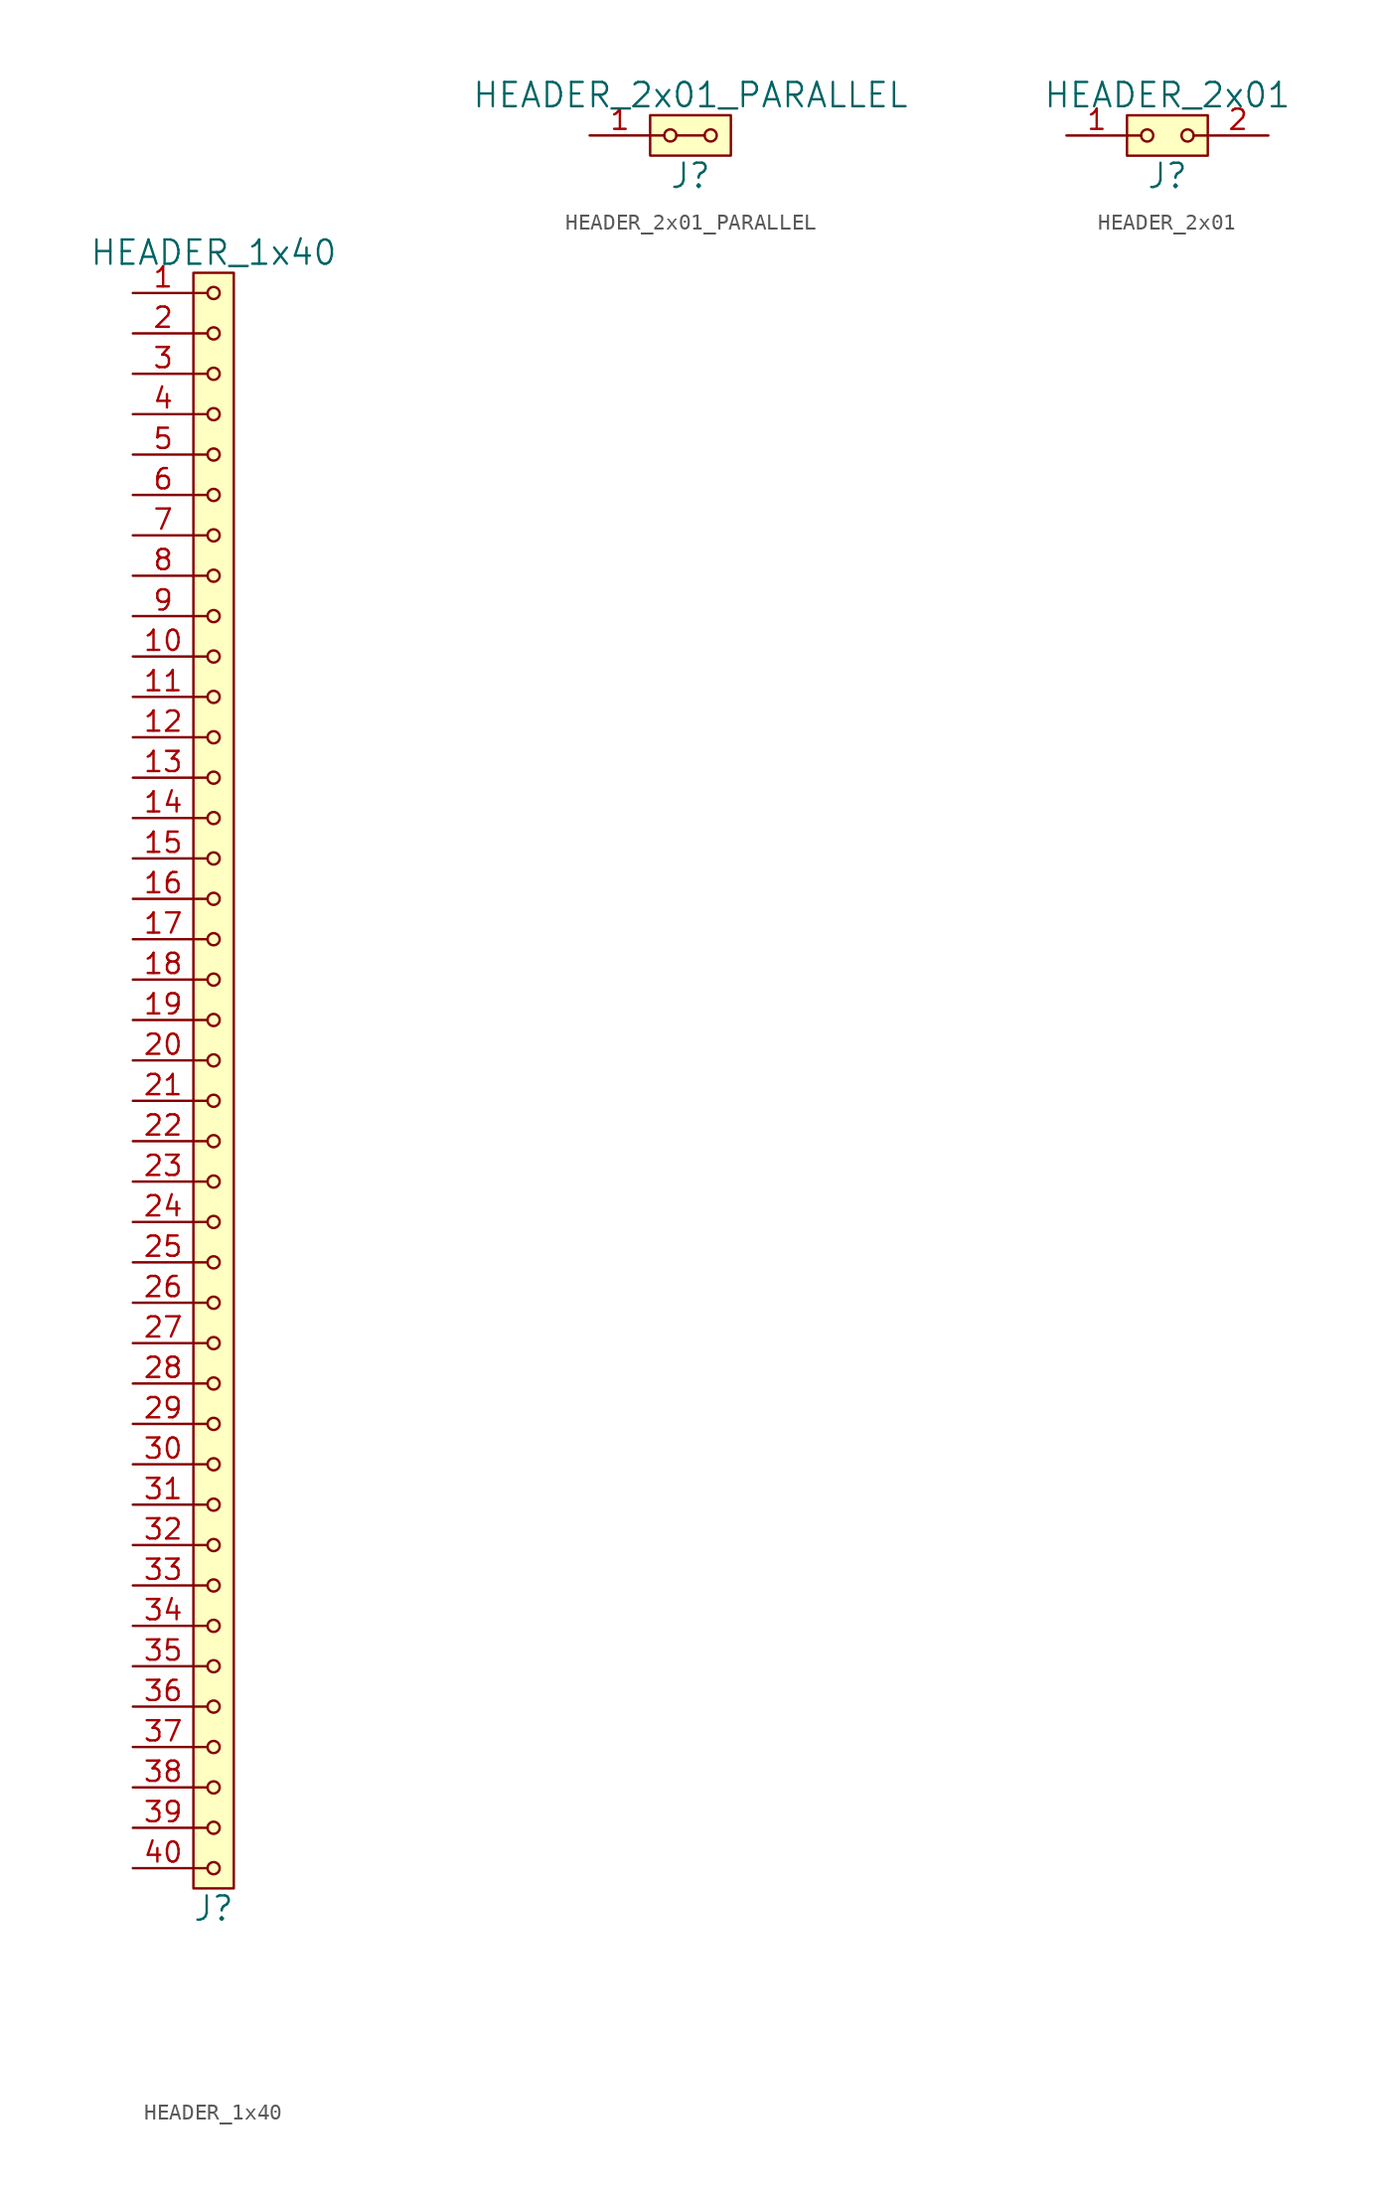
<source format=kicad_sym>
(kicad_symbol_lib
  (version 20211014)
  (generator kicad_symbol_editor)
  (symbol "HEADER_1x40"
    (pin_names
      (offset 1.016))
    (property "Reference" "J"
      (at 0 -52.07 0)
      (effects (font (size 1.524 1.524))))
    (property "Value" "HEADER_1x40"
      (at 0 52.07 0)
      (effects (font (size 1.524 1.524))))
    (property "Footprint" ""
      (at 0 49.53 0)
      (effects (font (size 1.524 1.524))))
    (property "Datasheet" ""
      (at 0 49.53 0)
      (effects (font (size 1.524 1.524))))
    (symbol "HEADER_1x40_0_1"
      (rectangle (start -1.27 50.8) (end 1.27 -50.8) (stroke (width 0) (type default) (color 0 0 0 0)) (fill (type background)))
      (circle (center 0 -49.53) (radius 0.381) (stroke (width 0) (type default) (color 0 0 0 0)) (fill (type none)))
      (circle (center 0 -46.99) (radius 0.381) (stroke (width 0) (type default) (color 0 0 0 0)) (fill (type none)))
      (circle (center 0 -44.45) (radius 0.381) (stroke (width 0) (type default) (color 0 0 0 0)) (fill (type none)))
      (circle (center 0 -41.91) (radius 0.381) (stroke (width 0) (type default) (color 0 0 0 0)) (fill (type none)))
      (circle (center 0 -39.37) (radius 0.381) (stroke (width 0) (type default) (color 0 0 0 0)) (fill (type none)))
      (circle (center 0 -36.83) (radius 0.381) (stroke (width 0) (type default) (color 0 0 0 0)) (fill (type none)))
      (circle (center 0 -34.29) (radius 0.381) (stroke (width 0) (type default) (color 0 0 0 0)) (fill (type none)))
      (circle (center 0 -31.75) (radius 0.381) (stroke (width 0) (type default) (color 0 0 0 0)) (fill (type none)))
      (circle (center 0 -29.21) (radius 0.381) (stroke (width 0) (type default) (color 0 0 0 0)) (fill (type none)))
      (circle (center 0 -26.67) (radius 0.381) (stroke (width 0) (type default) (color 0 0 0 0)) (fill (type none)))
      (circle (center 0 -24.13) (radius 0.381) (stroke (width 0) (type default) (color 0 0 0 0)) (fill (type none)))
      (circle (center 0 -21.59) (radius 0.381) (stroke (width 0) (type default) (color 0 0 0 0)) (fill (type none)))
      (circle (center 0 -19.05) (radius 0.381) (stroke (width 0) (type default) (color 0 0 0 0)) (fill (type none)))
      (circle (center 0 -16.51) (radius 0.381) (stroke (width 0) (type default) (color 0 0 0 0)) (fill (type none)))
      (circle (center 0 -13.97) (radius 0.381) (stroke (width 0) (type default) (color 0 0 0 0)) (fill (type none)))
      (circle (center 0 -11.43) (radius 0.381) (stroke (width 0) (type default) (color 0 0 0 0)) (fill (type none)))
      (circle (center 0 -8.89) (radius 0.381) (stroke (width 0) (type default) (color 0 0 0 0)) (fill (type none)))
      (circle (center 0 -6.35) (radius 0.381) (stroke (width 0) (type default) (color 0 0 0 0)) (fill (type none)))
      (circle (center 0 -3.81) (radius 0.381) (stroke (width 0) (type default) (color 0 0 0 0)) (fill (type none)))
      (circle (center 0 -1.27) (radius 0.381) (stroke (width 0) (type default) (color 0 0 0 0)) (fill (type none)))
      (polyline (pts (xy -1.27 -49.53) (xy -0.381 -49.53)) (stroke (width 0) (type default) (color 0 0 0 0)) (fill (type none)))
      (polyline (pts (xy -1.27 -46.99) (xy -0.381 -46.99)) (stroke (width 0) (type default) (color 0 0 0 0)) (fill (type none)))
      (polyline (pts (xy -1.27 -44.45) (xy -0.381 -44.45)) (stroke (width 0) (type default) (color 0 0 0 0)) (fill (type none)))
      (polyline (pts (xy -1.27 -41.91) (xy -0.381 -41.91)) (stroke (width 0) (type default) (color 0 0 0 0)) (fill (type none)))
      (polyline (pts (xy -1.27 -39.37) (xy -0.381 -39.37)) (stroke (width 0) (type default) (color 0 0 0 0)) (fill (type none)))
      (polyline (pts (xy -1.27 -36.83) (xy -0.381 -36.83)) (stroke (width 0) (type default) (color 0 0 0 0)) (fill (type none)))
      (polyline (pts (xy -1.27 -34.29) (xy -0.381 -34.29)) (stroke (width 0) (type default) (color 0 0 0 0)) (fill (type none)))
      (polyline (pts (xy -1.27 -31.75) (xy -0.381 -31.75)) (stroke (width 0) (type default) (color 0 0 0 0)) (fill (type none)))
      (polyline (pts (xy -1.27 -29.21) (xy -0.381 -29.21)) (stroke (width 0) (type default) (color 0 0 0 0)) (fill (type none)))
      (polyline (pts (xy -1.27 -26.67) (xy -0.381 -26.67)) (stroke (width 0) (type default) (color 0 0 0 0)) (fill (type none)))
      (polyline (pts (xy -1.27 -24.13) (xy -0.381 -24.13)) (stroke (width 0) (type default) (color 0 0 0 0)) (fill (type none)))
      (polyline (pts (xy -1.27 -21.59) (xy -0.381 -21.59)) (stroke (width 0) (type default) (color 0 0 0 0)) (fill (type none)))
      (polyline (pts (xy -1.27 -19.05) (xy -0.381 -19.05)) (stroke (width 0) (type default) (color 0 0 0 0)) (fill (type none)))
      (polyline (pts (xy -1.27 -16.51) (xy -0.381 -16.51)) (stroke (width 0) (type default) (color 0 0 0 0)) (fill (type none)))
      (polyline (pts (xy -1.27 -13.97) (xy -0.381 -13.97)) (stroke (width 0) (type default) (color 0 0 0 0)) (fill (type none)))
      (polyline (pts (xy -1.27 -11.43) (xy -0.381 -11.43)) (stroke (width 0) (type default) (color 0 0 0 0)) (fill (type none)))
      (polyline (pts (xy -1.27 -8.89) (xy -0.381 -8.89)) (stroke (width 0) (type default) (color 0 0 0 0)) (fill (type none)))
      (polyline (pts (xy -1.27 -6.35) (xy -0.381 -6.35)) (stroke (width 0) (type default) (color 0 0 0 0)) (fill (type none)))
      (polyline (pts (xy -1.27 -3.81) (xy -0.381 -3.81)) (stroke (width 0) (type default) (color 0 0 0 0)) (fill (type none)))
      (polyline (pts (xy -1.27 -1.27) (xy -0.381 -1.27)) (stroke (width 0) (type default) (color 0 0 0 0)) (fill (type none)))
      (polyline (pts (xy -1.27 1.27) (xy -0.381 1.27)) (stroke (width 0) (type default) (color 0 0 0 0)) (fill (type none)))
      (polyline (pts (xy -1.27 3.81) (xy -0.381 3.81)) (stroke (width 0) (type default) (color 0 0 0 0)) (fill (type none)))
      (polyline (pts (xy -1.27 6.35) (xy -0.381 6.35)) (stroke (width 0) (type default) (color 0 0 0 0)) (fill (type none)))
      (polyline (pts (xy -1.27 8.89) (xy -0.381 8.89)) (stroke (width 0) (type default) (color 0 0 0 0)) (fill (type none)))
      (polyline (pts (xy -1.27 11.43) (xy -0.381 11.43)) (stroke (width 0) (type default) (color 0 0 0 0)) (fill (type none)))
      (polyline (pts (xy -1.27 13.97) (xy -0.381 13.97)) (stroke (width 0) (type default) (color 0 0 0 0)) (fill (type none)))
      (polyline (pts (xy -1.27 16.51) (xy -0.381 16.51)) (stroke (width 0) (type default) (color 0 0 0 0)) (fill (type none)))
      (polyline (pts (xy -1.27 19.05) (xy -0.381 19.05)) (stroke (width 0) (type default) (color 0 0 0 0)) (fill (type none)))
      (polyline (pts (xy -1.27 21.59) (xy -0.381 21.59)) (stroke (width 0) (type default) (color 0 0 0 0)) (fill (type none)))
      (polyline (pts (xy -1.27 24.13) (xy -0.381 24.13)) (stroke (width 0) (type default) (color 0 0 0 0)) (fill (type none)))
      (polyline (pts (xy -1.27 26.67) (xy -0.381 26.67)) (stroke (width 0) (type default) (color 0 0 0 0)) (fill (type none)))
      (polyline (pts (xy -1.27 29.21) (xy -0.381 29.21)) (stroke (width 0) (type default) (color 0 0 0 0)) (fill (type none)))
      (polyline (pts (xy -1.27 31.75) (xy -0.381 31.75)) (stroke (width 0) (type default) (color 0 0 0 0)) (fill (type none)))
      (polyline (pts (xy -1.27 34.29) (xy -0.381 34.29)) (stroke (width 0) (type default) (color 0 0 0 0)) (fill (type none)))
      (polyline (pts (xy -1.27 36.83) (xy -0.381 36.83)) (stroke (width 0) (type default) (color 0 0 0 0)) (fill (type none)))
      (polyline (pts (xy -1.27 39.37) (xy -0.381 39.37)) (stroke (width 0) (type default) (color 0 0 0 0)) (fill (type none)))
      (polyline (pts (xy -1.27 41.91) (xy -0.381 41.91)) (stroke (width 0) (type default) (color 0 0 0 0)) (fill (type none)))
      (polyline (pts (xy -1.27 44.45) (xy -0.381 44.45)) (stroke (width 0) (type default) (color 0 0 0 0)) (fill (type none)))
      (polyline (pts (xy -1.27 46.99) (xy -0.381 46.99)) (stroke (width 0) (type default) (color 0 0 0 0)) (fill (type none)))
      (polyline (pts (xy -1.27 49.53) (xy -0.381 49.53)) (stroke (width 0) (type default) (color 0 0 0 0)) (fill (type none)))
      (circle (center 0 1.27) (radius 0.381) (stroke (width 0) (type default) (color 0 0 0 0)) (fill (type none)))
      (circle (center 0 3.81) (radius 0.381) (stroke (width 0) (type default) (color 0 0 0 0)) (fill (type none)))
      (circle (center 0 6.35) (radius 0.381) (stroke (width 0) (type default) (color 0 0 0 0)) (fill (type none)))
      (circle (center 0 8.89) (radius 0.381) (stroke (width 0) (type default) (color 0 0 0 0)) (fill (type none)))
      (circle (center 0 11.43) (radius 0.381) (stroke (width 0) (type default) (color 0 0 0 0)) (fill (type none)))
      (circle (center 0 13.97) (radius 0.381) (stroke (width 0) (type default) (color 0 0 0 0)) (fill (type none)))
      (circle (center 0 16.51) (radius 0.381) (stroke (width 0) (type default) (color 0 0 0 0)) (fill (type none)))
      (circle (center 0 19.05) (radius 0.381) (stroke (width 0) (type default) (color 0 0 0 0)) (fill (type none)))
      (circle (center 0 21.59) (radius 0.381) (stroke (width 0) (type default) (color 0 0 0 0)) (fill (type none)))
      (circle (center 0 24.13) (radius 0.381) (stroke (width 0) (type default) (color 0 0 0 0)) (fill (type none)))
      (circle (center 0 26.67) (radius 0.381) (stroke (width 0) (type default) (color 0 0 0 0)) (fill (type none)))
      (circle (center 0 29.21) (radius 0.381) (stroke (width 0) (type default) (color 0 0 0 0)) (fill (type none)))
      (circle (center 0 31.75) (radius 0.381) (stroke (width 0) (type default) (color 0 0 0 0)) (fill (type none)))
      (circle (center 0 34.29) (radius 0.381) (stroke (width 0) (type default) (color 0 0 0 0)) (fill (type none)))
      (circle (center 0 36.83) (radius 0.381) (stroke (width 0) (type default) (color 0 0 0 0)) (fill (type none)))
      (circle (center 0 39.37) (radius 0.381) (stroke (width 0) (type default) (color 0 0 0 0)) (fill (type none)))
      (circle (center 0 41.91) (radius 0.381) (stroke (width 0) (type default) (color 0 0 0 0)) (fill (type none)))
      (circle (center 0 44.45) (radius 0.381) (stroke (width 0) (type default) (color 0 0 0 0)) (fill (type none)))
      (circle (center 0 46.99) (radius 0.381) (stroke (width 0) (type default) (color 0 0 0 0)) (fill (type none)))
      (circle (center 0 49.53) (radius 0.381) (stroke (width 0) (type default) (color 0 0 0 0)) (fill (type none))))
    (symbol "HEADER_1x40_1_1"
      (pin input line (at -5.08 49.53 0) (length 3.81) (name "~" (effects (font (size 1.27 1.27)))) (number "1" (effects (font (size 1.27 1.27)))))
      (pin input line (at -5.08 26.67 0) (length 3.81) (name "~" (effects (font (size 1.27 1.27)))) (number "10" (effects (font (size 1.27 1.27)))))
      (pin input line (at -5.08 24.13 0) (length 3.81) (name "~" (effects (font (size 1.27 1.27)))) (number "11" (effects (font (size 1.27 1.27)))))
      (pin input line (at -5.08 21.59 0) (length 3.81) (name "~" (effects (font (size 1.27 1.27)))) (number "12" (effects (font (size 1.27 1.27)))))
      (pin input line (at -5.08 19.05 0) (length 3.81) (name "~" (effects (font (size 1.27 1.27)))) (number "13" (effects (font (size 1.27 1.27)))))
      (pin input line (at -5.08 16.51 0) (length 3.81) (name "~" (effects (font (size 1.27 1.27)))) (number "14" (effects (font (size 1.27 1.27)))))
      (pin input line (at -5.08 13.97 0) (length 3.81) (name "~" (effects (font (size 1.27 1.27)))) (number "15" (effects (font (size 1.27 1.27)))))
      (pin input line (at -5.08 11.43 0) (length 3.81) (name "~" (effects (font (size 1.27 1.27)))) (number "16" (effects (font (size 1.27 1.27)))))
      (pin input line (at -5.08 8.89 0) (length 3.81) (name "~" (effects (font (size 1.27 1.27)))) (number "17" (effects (font (size 1.27 1.27)))))
      (pin input line (at -5.08 6.35 0) (length 3.81) (name "~" (effects (font (size 1.27 1.27)))) (number "18" (effects (font (size 1.27 1.27)))))
      (pin input line (at -5.08 3.81 0) (length 3.81) (name "~" (effects (font (size 1.27 1.27)))) (number "19" (effects (font (size 1.27 1.27)))))
      (pin input line (at -5.08 46.99 0) (length 3.81) (name "~" (effects (font (size 1.27 1.27)))) (number "2" (effects (font (size 1.27 1.27)))))
      (pin input line (at -5.08 1.27 0) (length 3.81) (name "~" (effects (font (size 1.27 1.27)))) (number "20" (effects (font (size 1.27 1.27)))))
      (pin input line (at -5.08 -1.27 0) (length 3.81) (name "~" (effects (font (size 1.27 1.27)))) (number "21" (effects (font (size 1.27 1.27)))))
      (pin input line (at -5.08 -3.81 0) (length 3.81) (name "~" (effects (font (size 1.27 1.27)))) (number "22" (effects (font (size 1.27 1.27)))))
      (pin input line (at -5.08 -6.35 0) (length 3.81) (name "~" (effects (font (size 1.27 1.27)))) (number "23" (effects (font (size 1.27 1.27)))))
      (pin input line (at -5.08 -8.89 0) (length 3.81) (name "~" (effects (font (size 1.27 1.27)))) (number "24" (effects (font (size 1.27 1.27)))))
      (pin input line (at -5.08 -11.43 0) (length 3.81) (name "~" (effects (font (size 1.27 1.27)))) (number "25" (effects (font (size 1.27 1.27)))))
      (pin input line (at -5.08 -13.97 0) (length 3.81) (name "~" (effects (font (size 1.27 1.27)))) (number "26" (effects (font (size 1.27 1.27)))))
      (pin input line (at -5.08 -16.51 0) (length 3.81) (name "~" (effects (font (size 1.27 1.27)))) (number "27" (effects (font (size 1.27 1.27)))))
      (pin input line (at -5.08 -19.05 0) (length 3.81) (name "~" (effects (font (size 1.27 1.27)))) (number "28" (effects (font (size 1.27 1.27)))))
      (pin input line (at -5.08 -21.59 0) (length 3.81) (name "~" (effects (font (size 1.27 1.27)))) (number "29" (effects (font (size 1.27 1.27)))))
      (pin input line (at -5.08 44.45 0) (length 3.81) (name "~" (effects (font (size 1.27 1.27)))) (number "3" (effects (font (size 1.27 1.27)))))
      (pin input line (at -5.08 -24.13 0) (length 3.81) (name "~" (effects (font (size 1.27 1.27)))) (number "30" (effects (font (size 1.27 1.27)))))
      (pin input line (at -5.08 -26.67 0) (length 3.81) (name "~" (effects (font (size 1.27 1.27)))) (number "31" (effects (font (size 1.27 1.27)))))
      (pin input line (at -5.08 -29.21 0) (length 3.81) (name "~" (effects (font (size 1.27 1.27)))) (number "32" (effects (font (size 1.27 1.27)))))
      (pin input line (at -5.08 -31.75 0) (length 3.81) (name "~" (effects (font (size 1.27 1.27)))) (number "33" (effects (font (size 1.27 1.27)))))
      (pin input line (at -5.08 -34.29 0) (length 3.81) (name "~" (effects (font (size 1.27 1.27)))) (number "34" (effects (font (size 1.27 1.27)))))
      (pin input line (at -5.08 -36.83 0) (length 3.81) (name "~" (effects (font (size 1.27 1.27)))) (number "35" (effects (font (size 1.27 1.27)))))
      (pin input line (at -5.08 -39.37 0) (length 3.81) (name "~" (effects (font (size 1.27 1.27)))) (number "36" (effects (font (size 1.27 1.27)))))
      (pin input line (at -5.08 -41.91 0) (length 3.81) (name "~" (effects (font (size 1.27 1.27)))) (number "37" (effects (font (size 1.27 1.27)))))
      (pin input line (at -5.08 -44.45 0) (length 3.81) (name "~" (effects (font (size 1.27 1.27)))) (number "38" (effects (font (size 1.27 1.27)))))
      (pin input line (at -5.08 -46.99 0) (length 3.81) (name "~" (effects (font (size 1.27 1.27)))) (number "39" (effects (font (size 1.27 1.27)))))
      (pin input line (at -5.08 41.91 0) (length 3.81) (name "~" (effects (font (size 1.27 1.27)))) (number "4" (effects (font (size 1.27 1.27)))))
      (pin input line (at -5.08 -49.53 0) (length 3.81) (name "~" (effects (font (size 1.27 1.27)))) (number "40" (effects (font (size 1.27 1.27)))))
      (pin input line (at -5.08 39.37 0) (length 3.81) (name "~" (effects (font (size 1.27 1.27)))) (number "5" (effects (font (size 1.27 1.27)))))
      (pin input line (at -5.08 36.83 0) (length 3.81) (name "~" (effects (font (size 1.27 1.27)))) (number "6" (effects (font (size 1.27 1.27)))))
      (pin input line (at -5.08 34.29 0) (length 3.81) (name "~" (effects (font (size 1.27 1.27)))) (number "7" (effects (font (size 1.27 1.27)))))
      (pin input line (at -5.08 31.75 0) (length 3.81) (name "~" (effects (font (size 1.27 1.27)))) (number "8" (effects (font (size 1.27 1.27)))))
      (pin input line (at -5.08 29.21 0) (length 3.81) (name "~" (effects (font (size 1.27 1.27)))) (number "9" (effects (font (size 1.27 1.27)))))))
  (symbol "HEADER_2x01_PARALLEL"
    (pin_names
      (offset 1.016))
    (property "Reference" "J"
      (at 0 -2.54 0)
      (effects (font (size 1.524 1.524))))
    (property "Value" "HEADER_2x01_PARALLEL"
      (at 0 2.54 0)
      (effects (font (size 1.524 1.524))))
    (property "Footprint" ""
      (at 0 0 0)
      (effects (font (size 1.524 1.524))))
    (property "Datasheet" ""
      (at 0 0 0)
      (effects (font (size 1.524 1.524))))
    (symbol "HEADER_2x01_PARALLEL_0_1"
      (rectangle (start -2.54 1.27) (end 2.54 -1.27) (stroke (width 0) (type default) (color 0 0 0 0)) (fill (type background)))
      (circle (center -1.27 0) (radius 0.381) (stroke (width 0) (type default) (color 0 0 0 0)) (fill (type none)))
      (polyline (pts (xy -1.651 0) (xy -2.54 0)) (stroke (width 0) (type default) (color 0 0 0 0)) (fill (type none)))
      (polyline (pts (xy -0.889 0) (xy 0.889 0)) (stroke (width 0) (type default) (color 0 0 0 0)) (fill (type none)))
      (circle (center 1.27 0) (radius 0.381) (stroke (width 0) (type default) (color 0 0 0 0)) (fill (type none))))
    (symbol "HEADER_2x01_PARALLEL_1_1"
      (pin input line (at -6.35 0 0) (length 3.81) (name "~" (effects (font (size 1.27 1.27)))) (number "1" (effects (font (size 1.27 1.27)))))
      (pin input line (at -6.35 0 0) (length 3.81) hide (name "~" (effects (font (size 1.27 1.27)))) (number "2" (effects (font (size 1.27 1.27)))))))
  (symbol "HEADER_2x01"
    (pin_names
      (offset 1.016))
    (property "Reference" "J"
      (at 0 -2.54 0)
      (effects (font (size 1.524 1.524))))
    (property "Value" "HEADER_2x01"
      (at 0 2.54 0)
      (effects (font (size 1.524 1.524))))
    (property "Footprint" ""
      (at 0 0 0)
      (effects (font (size 1.524 1.524))))
    (property "Datasheet" ""
      (at 0 0 0)
      (effects (font (size 1.524 1.524))))
    (symbol "HEADER_2x01_0_1"
      (rectangle (start -2.54 1.27) (end 2.54 -1.27) (stroke (width 0) (type default) (color 0 0 0 0)) (fill (type background)))
      (circle (center -1.27 0) (radius 0.381) (stroke (width 0) (type default) (color 0 0 0 0)) (fill (type none)))
      (polyline (pts (xy -1.651 0) (xy -2.54 0)) (stroke (width 0) (type default) (color 0 0 0 0)) (fill (type none)))
      (polyline (pts (xy 1.651 0) (xy 2.54 0)) (stroke (width 0) (type default) (color 0 0 0 0)) (fill (type none)))
      (circle (center 1.27 0) (radius 0.381) (stroke (width 0) (type default) (color 0 0 0 0)) (fill (type none))))
    (symbol "HEADER_2x01_1_1"
      (pin input line (at -6.35 0 0) (length 3.81) (name "~" (effects (font (size 1.27 1.27)))) (number "1" (effects (font (size 1.27 1.27)))))
      (pin input line (at 6.35 0 180) (length 3.81) (name "~" (effects (font (size 1.27 1.27)))) (number "2" (effects (font (size 1.27 1.27))))))))
</source>
